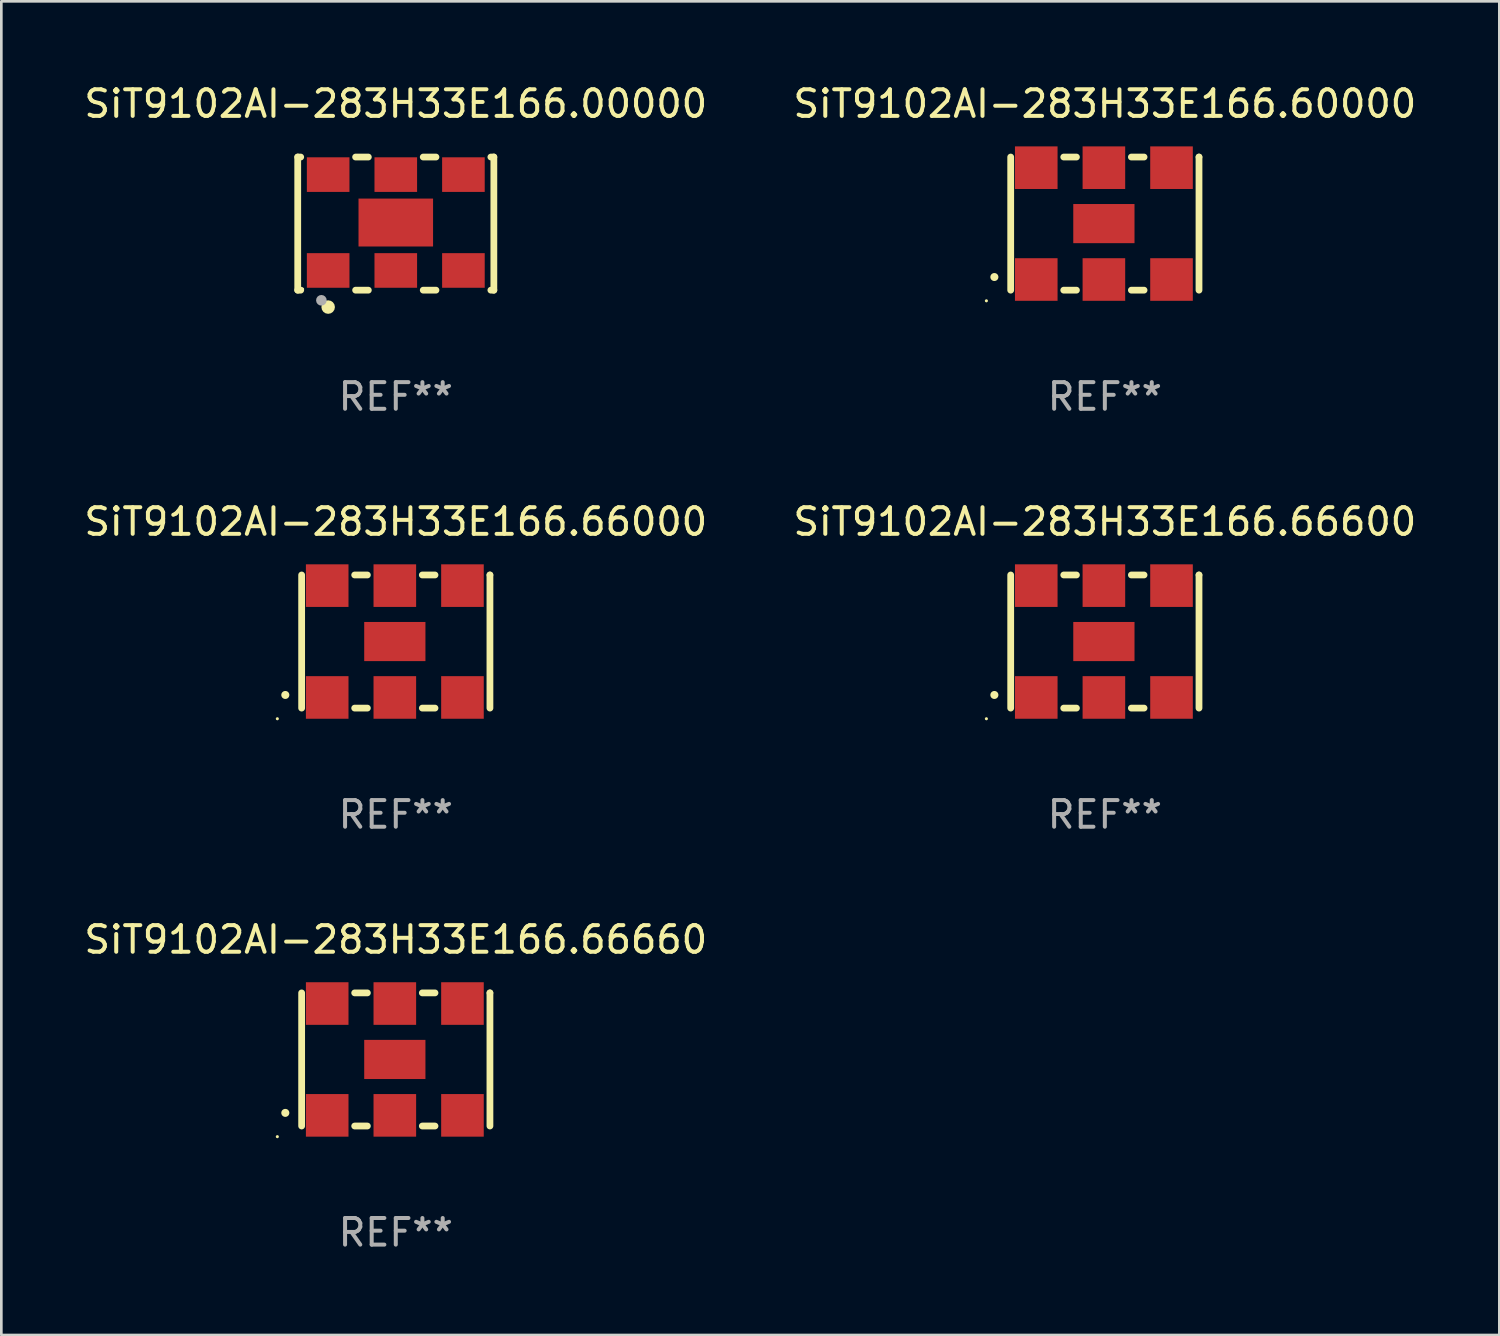
<source format=kicad_pcb>
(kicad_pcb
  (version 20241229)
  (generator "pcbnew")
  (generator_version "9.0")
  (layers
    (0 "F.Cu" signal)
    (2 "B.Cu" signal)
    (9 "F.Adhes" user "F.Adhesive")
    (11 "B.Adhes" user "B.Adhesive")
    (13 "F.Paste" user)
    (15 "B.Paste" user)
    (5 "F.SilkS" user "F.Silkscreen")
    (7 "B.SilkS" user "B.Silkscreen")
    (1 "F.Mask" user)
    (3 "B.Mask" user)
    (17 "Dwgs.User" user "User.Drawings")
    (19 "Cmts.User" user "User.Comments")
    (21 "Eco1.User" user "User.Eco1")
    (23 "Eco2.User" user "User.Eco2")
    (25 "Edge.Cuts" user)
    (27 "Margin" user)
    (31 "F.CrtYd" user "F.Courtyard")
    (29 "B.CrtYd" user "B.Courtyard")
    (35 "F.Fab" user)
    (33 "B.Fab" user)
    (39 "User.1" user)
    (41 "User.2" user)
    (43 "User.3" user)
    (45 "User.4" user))
  (footprint "SiT9102AI-283H33E166.00000"
    (layer "F.Cu")
    (at 11.815 5.348)
    (property "Reference" "SiT9102AI-283H33E166.00000" (at 0 -4.5 0) (layer "F.SilkS") (effects (font (size 1 1) (thickness 0.15))))
    (attr through_hole)
    (fp_line (start -3.683 -2.5) (end -3.571 -2.5) (stroke (width 0.254) (type solid)) (layer "F.SilkS"))
    (fp_line (start -3.683 2.5) (end -3.683 -2.5) (stroke (width 0.254) (type solid)) (layer "F.SilkS"))
    (fp_line (start -3.683 2.5) (end -3.571 2.5) (stroke (width 0.254) (type solid)) (layer "F.SilkS"))
    (fp_line (start -1.509 -2.5) (end -1.031 -2.5) (stroke (width 0.254) (type solid)) (layer "F.SilkS"))
    (fp_line (start -1.509 2.5) (end -1.031 2.5) (stroke (width 0.254) (type solid)) (layer "F.SilkS"))
    (fp_line (start 1.031 -2.5) (end 1.509 -2.5) (stroke (width 0.254) (type solid)) (layer "F.SilkS"))
    (fp_line (start 1.031 2.5) (end 1.509 2.5) (stroke (width 0.254) (type solid)) (layer "F.SilkS"))
    (fp_line (start 3.571 -2.5) (end 3.683 -2.5) (stroke (width 0.254) (type solid)) (layer "F.SilkS"))
    (fp_line (start 3.571 2.5) (end 3.683 2.5) (stroke (width 0.254) (type solid)) (layer "F.SilkS"))
    (fp_line (start 3.683 2.5) (end 3.683 -2.5) (stroke (width 0.254) (type solid)) (layer "F.SilkS"))
    (fp_circle (center -3.5 2.46) (end -3.47 2.46) (stroke (width 0.06) (type solid)) (fill no) (layer "F.SilkS"))
    (fp_circle (center -2.54 3.135) (end -2.413 3.135) (stroke (width 0.254) (type solid)) (fill no) (layer "F.SilkS"))
    (fp_circle (center -2.794 2.881) (end -2.694 2.881) (stroke (width 0.2) (type solid)) (fill no) (layer "F.Fab"))
    (fp_text user "REF**" (at 0 6.5 0) (layer "F.Fab") (effects (font (size 1 1) (thickness 0.15))))
    (pad "1" smd rect (at -2.54 1.76) (size 1.6 1.3) (layers "F.Cu" "F.Mask" "F.Paste"))
    (pad "2" smd rect (at 0 1.76) (size 1.6 1.3) (layers "F.Cu" "F.Mask" "F.Paste"))
    (pad "3" smd rect (at 2.54 1.76) (size 1.6 1.3) (layers "F.Cu" "F.Mask" "F.Paste"))
    (pad "4" smd rect (at 2.54 -1.84) (size 1.6 1.3) (layers "F.Cu" "F.Mask" "F.Paste"))
    (pad "5" smd rect (at 0 -1.84) (size 1.6 1.3) (layers "F.Cu" "F.Mask" "F.Paste"))
    (pad "6" smd rect (at -2.54 -1.84) (size 1.6 1.3) (layers "F.Cu" "F.Mask" "F.Paste"))
    (pad "7" smd rect (at 0 -0.04) (size 2.8 1.8) (layers "F.Cu" "F.Mask" "F.Paste")))
  (footprint "SiT9102AI-283H33E166.66660"
    (layer "F.Cu")
    (at 11.815 36.741)
    (property "Reference" "SiT9102AI-283H33E166.66660" (at 0 -4.5 0) (layer "F.SilkS") (effects (font (size 1 1) (thickness 0.15))))
    (attr through_hole)
    (fp_line (start -3.536 -2.5) (end -3.536 2.5) (stroke (width 0.254) (type solid)) (layer "F.SilkS"))
    (fp_line (start -1.544 2.5) (end -1.067 2.5) (stroke (width 0.254) (type solid)) (layer "F.SilkS"))
    (fp_line (start -1.067 -2.5) (end -1.544 -2.5) (stroke (width 0.254) (type solid)) (layer "F.SilkS"))
    (fp_line (start 0.996 2.5) (end 1.473 2.5) (stroke (width 0.254) (type solid)) (layer "F.SilkS"))
    (fp_line (start 1.473 -2.5) (end 0.996 -2.5) (stroke (width 0.254) (type solid)) (layer "F.SilkS"))
    (fp_line (start 3.536 -2.5) (end 3.536 -2.5) (stroke (width 0.254) (type solid)) (layer "F.SilkS"))
    (fp_line (start 3.536 2.5) (end 3.536 -2.5) (stroke (width 0.254) (type solid)) (layer "F.SilkS"))
    (fp_arc (start -4.150432 2.006604) (mid -4.149162 2.006599) (end -4.147892 2.006604) (stroke (width 0.3) (type solid)) (layer "F.SilkS"))
    (fp_circle (center -4.449 2.9) (end -4.419 2.9) (stroke (width 0.06) (type solid)) (fill no) (layer "F.SilkS"))
    (fp_text user "REF**" (at 0 6.5 0) (layer "F.Fab") (effects (font (size 1 1) (thickness 0.15))))
    (pad "1" smd rect (at -2.576 2.1) (size 1.6 1.6) (layers "F.Cu" "F.Mask" "F.Paste"))
    (pad "2" smd rect (at -0.036 2.1) (size 1.6 1.6) (layers "F.Cu" "F.Mask" "F.Paste"))
    (pad "3" smd rect (at 2.504 2.1) (size 1.6 1.6) (layers "F.Cu" "F.Mask" "F.Paste"))
    (pad "4" smd rect (at 2.504 -2.1) (size 1.6 1.6) (layers "F.Cu" "F.Mask" "F.Paste"))
    (pad "5" smd rect (at -0.036 -2.1) (size 1.6 1.6) (layers "F.Cu" "F.Mask" "F.Paste"))
    (pad "6" smd rect (at -2.576 -2.1) (size 1.6 1.6) (layers "F.Cu" "F.Mask" "F.Paste"))
    (pad "7" smd rect (at -0.036 0) (size 2.3 1.47) (layers "F.Cu" "F.Mask" "F.Paste")))
  (footprint "SiT9102AI-283H33E166.66600"
    (layer "F.Cu")
    (at 38.446 21.045)
    (property "Reference" "SiT9102AI-283H33E166.66600" (at 0 -4.5 0) (layer "F.SilkS") (effects (font (size 1 1) (thickness 0.15))))
    (attr through_hole)
    (fp_line (start -3.536 -2.5) (end -3.536 2.5) (stroke (width 0.254) (type solid)) (layer "F.SilkS"))
    (fp_line (start -1.544 2.5) (end -1.067 2.5) (stroke (width 0.254) (type solid)) (layer "F.SilkS"))
    (fp_line (start -1.067 -2.5) (end -1.544 -2.5) (stroke (width 0.254) (type solid)) (layer "F.SilkS"))
    (fp_line (start 0.996 2.5) (end 1.473 2.5) (stroke (width 0.254) (type solid)) (layer "F.SilkS"))
    (fp_line (start 1.473 -2.5) (end 0.996 -2.5) (stroke (width 0.254) (type solid)) (layer "F.SilkS"))
    (fp_line (start 3.536 -2.5) (end 3.536 -2.5) (stroke (width 0.254) (type solid)) (layer "F.SilkS"))
    (fp_line (start 3.536 2.5) (end 3.536 -2.5) (stroke (width 0.254) (type solid)) (layer "F.SilkS"))
    (fp_arc (start -4.150432 2.006604) (mid -4.149162 2.006599) (end -4.147892 2.006604) (stroke (width 0.3) (type solid)) (layer "F.SilkS"))
    (fp_circle (center -4.449 2.9) (end -4.419 2.9) (stroke (width 0.06) (type solid)) (fill no) (layer "F.SilkS"))
    (fp_text user "REF**" (at 0 6.5 0) (layer "F.Fab") (effects (font (size 1 1) (thickness 0.15))))
    (pad "1" smd rect (at -2.576 2.1) (size 1.6 1.6) (layers "F.Cu" "F.Mask" "F.Paste"))
    (pad "2" smd rect (at -0.036 2.1) (size 1.6 1.6) (layers "F.Cu" "F.Mask" "F.Paste"))
    (pad "3" smd rect (at 2.504 2.1) (size 1.6 1.6) (layers "F.Cu" "F.Mask" "F.Paste"))
    (pad "4" smd rect (at 2.504 -2.1) (size 1.6 1.6) (layers "F.Cu" "F.Mask" "F.Paste"))
    (pad "5" smd rect (at -0.036 -2.1) (size 1.6 1.6) (layers "F.Cu" "F.Mask" "F.Paste"))
    (pad "6" smd rect (at -2.576 -2.1) (size 1.6 1.6) (layers "F.Cu" "F.Mask" "F.Paste"))
    (pad "7" smd rect (at -0.036 0) (size 2.3 1.47) (layers "F.Cu" "F.Mask" "F.Paste")))
  (footprint "SiT9102AI-283H33E166.60000"
    (layer "F.Cu")
    (at 38.446 5.348)
    (property "Reference" "SiT9102AI-283H33E166.60000" (at 0 -4.5 0) (layer "F.SilkS") (effects (font (size 1 1) (thickness 0.15))))
    (attr through_hole)
    (fp_line (start -3.536 -2.5) (end -3.536 2.5) (stroke (width 0.254) (type solid)) (layer "F.SilkS"))
    (fp_line (start -1.544 2.5) (end -1.067 2.5) (stroke (width 0.254) (type solid)) (layer "F.SilkS"))
    (fp_line (start -1.067 -2.5) (end -1.544 -2.5) (stroke (width 0.254) (type solid)) (layer "F.SilkS"))
    (fp_line (start 0.996 2.5) (end 1.473 2.5) (stroke (width 0.254) (type solid)) (layer "F.SilkS"))
    (fp_line (start 1.473 -2.5) (end 0.996 -2.5) (stroke (width 0.254) (type solid)) (layer "F.SilkS"))
    (fp_line (start 3.536 -2.5) (end 3.536 -2.5) (stroke (width 0.254) (type solid)) (layer "F.SilkS"))
    (fp_line (start 3.536 2.5) (end 3.536 -2.5) (stroke (width 0.254) (type solid)) (layer "F.SilkS"))
    (fp_arc (start -4.150432 2.006604) (mid -4.149162 2.006599) (end -4.147892 2.006604) (stroke (width 0.3) (type solid)) (layer "F.SilkS"))
    (fp_circle (center -4.449 2.9) (end -4.419 2.9) (stroke (width 0.06) (type solid)) (fill no) (layer "F.SilkS"))
    (fp_text user "REF**" (at 0 6.5 0) (layer "F.Fab") (effects (font (size 1 1) (thickness 0.15))))
    (pad "1" smd rect (at -2.576 2.1) (size 1.6 1.6) (layers "F.Cu" "F.Mask" "F.Paste"))
    (pad "2" smd rect (at -0.036 2.1) (size 1.6 1.6) (layers "F.Cu" "F.Mask" "F.Paste"))
    (pad "3" smd rect (at 2.504 2.1) (size 1.6 1.6) (layers "F.Cu" "F.Mask" "F.Paste"))
    (pad "4" smd rect (at 2.504 -2.1) (size 1.6 1.6) (layers "F.Cu" "F.Mask" "F.Paste"))
    (pad "5" smd rect (at -0.036 -2.1) (size 1.6 1.6) (layers "F.Cu" "F.Mask" "F.Paste"))
    (pad "6" smd rect (at -2.576 -2.1) (size 1.6 1.6) (layers "F.Cu" "F.Mask" "F.Paste"))
    (pad "7" smd rect (at -0.036 0) (size 2.3 1.47) (layers "F.Cu" "F.Mask" "F.Paste")))
  (footprint "SiT9102AI-283H33E166.66000"
    (layer "F.Cu")
    (at 11.815 21.045)
    (property "Reference" "SiT9102AI-283H33E166.66000" (at 0 -4.5 0) (layer "F.SilkS") (effects (font (size 1 1) (thickness 0.15))))
    (attr through_hole)
    (fp_line (start -3.536 -2.5) (end -3.536 2.5) (stroke (width 0.254) (type solid)) (layer "F.SilkS"))
    (fp_line (start -1.544 2.5) (end -1.067 2.5) (stroke (width 0.254) (type solid)) (layer "F.SilkS"))
    (fp_line (start -1.067 -2.5) (end -1.544 -2.5) (stroke (width 0.254) (type solid)) (layer "F.SilkS"))
    (fp_line (start 0.996 2.5) (end 1.473 2.5) (stroke (width 0.254) (type solid)) (layer "F.SilkS"))
    (fp_line (start 1.473 -2.5) (end 0.996 -2.5) (stroke (width 0.254) (type solid)) (layer "F.SilkS"))
    (fp_line (start 3.536 -2.5) (end 3.536 -2.5) (stroke (width 0.254) (type solid)) (layer "F.SilkS"))
    (fp_line (start 3.536 2.5) (end 3.536 -2.5) (stroke (width 0.254) (type solid)) (layer "F.SilkS"))
    (fp_arc (start -4.150432 2.006604) (mid -4.149162 2.006599) (end -4.147892 2.006604) (stroke (width 0.3) (type solid)) (layer "F.SilkS"))
    (fp_circle (center -4.449 2.9) (end -4.419 2.9) (stroke (width 0.06) (type solid)) (fill no) (layer "F.SilkS"))
    (fp_text user "REF**" (at 0 6.5 0) (layer "F.Fab") (effects (font (size 1 1) (thickness 0.15))))
    (pad "1" smd rect (at -2.576 2.1) (size 1.6 1.6) (layers "F.Cu" "F.Mask" "F.Paste"))
    (pad "2" smd rect (at -0.036 2.1) (size 1.6 1.6) (layers "F.Cu" "F.Mask" "F.Paste"))
    (pad "3" smd rect (at 2.504 2.1) (size 1.6 1.6) (layers "F.Cu" "F.Mask" "F.Paste"))
    (pad "4" smd rect (at 2.504 -2.1) (size 1.6 1.6) (layers "F.Cu" "F.Mask" "F.Paste"))
    (pad "5" smd rect (at -0.036 -2.1) (size 1.6 1.6) (layers "F.Cu" "F.Mask" "F.Paste"))
    (pad "6" smd rect (at -2.576 -2.1) (size 1.6 1.6) (layers "F.Cu" "F.Mask" "F.Paste"))
    (pad "7" smd rect (at -0.036 0) (size 2.3 1.47) (layers "F.Cu" "F.Mask" "F.Paste")))
  (gr_rect
    (start -3 -3)
    (end 53.262 47.09)
    (stroke (width 0.1) (type default))
    (fill no)
    (layer "Edge.Cuts")))
</source>
